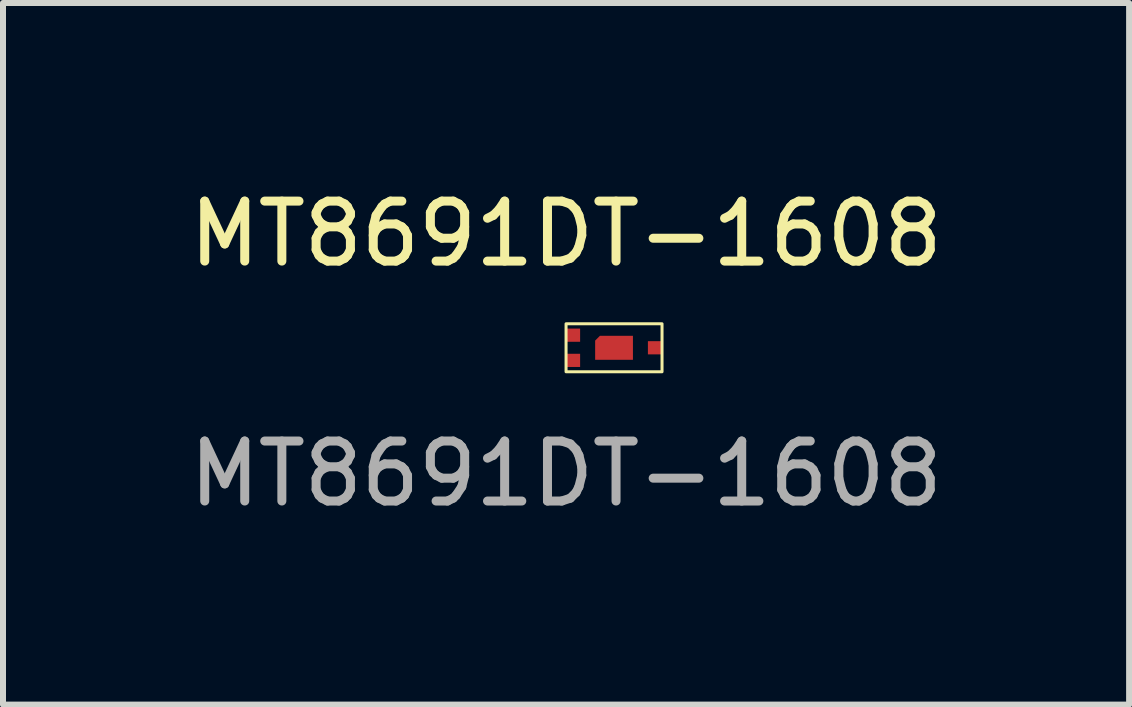
<source format=kicad_pcb>
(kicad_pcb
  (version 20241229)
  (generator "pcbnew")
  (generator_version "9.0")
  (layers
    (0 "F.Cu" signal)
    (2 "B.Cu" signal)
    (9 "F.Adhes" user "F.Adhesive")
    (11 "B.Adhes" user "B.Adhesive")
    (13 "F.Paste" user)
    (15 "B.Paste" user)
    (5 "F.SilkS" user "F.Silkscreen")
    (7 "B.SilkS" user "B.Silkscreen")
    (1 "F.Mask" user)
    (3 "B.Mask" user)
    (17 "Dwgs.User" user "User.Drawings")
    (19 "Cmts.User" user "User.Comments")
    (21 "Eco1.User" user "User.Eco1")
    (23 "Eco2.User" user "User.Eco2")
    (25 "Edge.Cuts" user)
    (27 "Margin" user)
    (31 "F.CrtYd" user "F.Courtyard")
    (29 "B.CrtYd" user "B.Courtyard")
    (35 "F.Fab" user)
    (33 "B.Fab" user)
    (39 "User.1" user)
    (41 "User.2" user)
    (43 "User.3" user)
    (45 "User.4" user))
  (footprint "MT8691DT-1608"
    (layer "F.Cu")
    (at 6.387 2.348)
    (property "Reference" "MT8691DT-1608" (at 0 -1.5 0) (unlocked yes) (layer "F.SilkS") (effects (font (size 1 1) (thickness 0.15))))
    (attr smd)
    (fp_rect (start 0 0.8) (end 1.6 0) (stroke (width 0.05) (type solid)) (fill no) (layer "F.SilkS"))
    (fp_text user "${REFERENCE}" (at 0 2.5 0) (unlocked yes) (layer "F.Fab") (effects (font (size 1 1) (thickness 0.15))))
    (pad "1" smd rect (at 0.117 0.61) (size 0.235 0.22) (layers "F.Cu" "F.Mask" "F.Paste"))
    (pad "2" smd rect (at 0.117 0.19) (size 0.235 0.22) (layers "F.Cu" "F.Mask" "F.Paste"))
    (pad "3" smd rect (at 1.482 0.4) (size 0.235 0.22) (layers "F.Cu" "F.Mask" "F.Paste"))
    (pad "4" smd roundrect (at 0.8 0.4) (size 0.63 0.4) (layers "F.Cu" "F.Mask" "F.Paste") (roundrect_rratio 0) (chamfer_ratio 0.2) (chamfer top_left)))
  (gr_rect
    (start -3 -3)
    (end 15.774 8.697)
    (stroke (width 0.1) (type default))
    (fill no)
    (layer "Edge.Cuts")))
</source>
